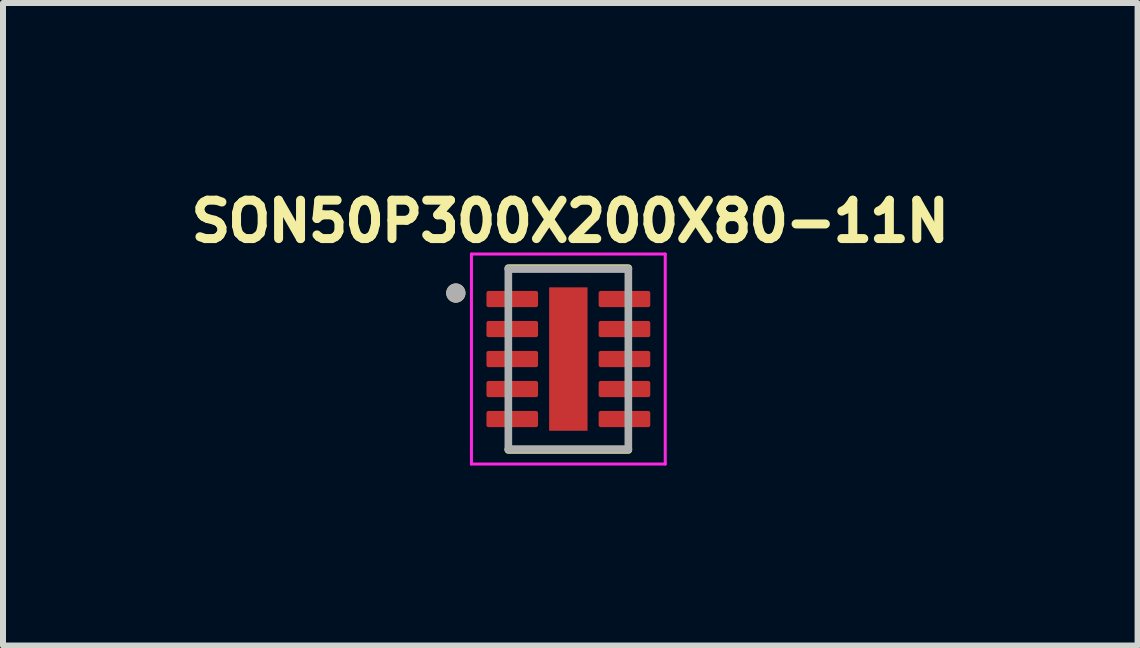
<source format=kicad_pcb>
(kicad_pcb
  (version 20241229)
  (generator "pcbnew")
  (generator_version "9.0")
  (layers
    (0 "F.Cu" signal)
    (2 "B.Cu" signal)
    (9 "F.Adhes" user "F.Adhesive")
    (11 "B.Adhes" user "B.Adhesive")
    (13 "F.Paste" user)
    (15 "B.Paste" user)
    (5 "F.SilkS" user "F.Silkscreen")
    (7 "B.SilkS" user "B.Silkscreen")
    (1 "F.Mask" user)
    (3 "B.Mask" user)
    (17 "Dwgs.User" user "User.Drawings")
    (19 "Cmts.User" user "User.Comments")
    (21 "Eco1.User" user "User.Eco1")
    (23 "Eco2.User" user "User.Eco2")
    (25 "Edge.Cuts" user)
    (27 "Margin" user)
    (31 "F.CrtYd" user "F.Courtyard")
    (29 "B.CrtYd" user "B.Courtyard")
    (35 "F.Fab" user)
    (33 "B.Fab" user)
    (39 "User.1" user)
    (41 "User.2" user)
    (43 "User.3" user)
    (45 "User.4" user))
  (footprint "SON50P300X200X80-11N"
    (layer "F.Cu")
    (at 6.422 2.934)
    (property "Reference" "SON50P300X200X80-11N" (at 0.032 -2.296 0) (layer "F.SilkS") (effects (font (size 0.64 0.64) (thickness 0.15))))
    (attr smd)
    (fp_line (start -1 -1.515) (end 1 -1.515) (stroke (width 0.127) (type solid)) (layer "F.SilkS"))
    (fp_line (start -1 1.515) (end 1 1.515) (stroke (width 0.127) (type solid)) (layer "F.SilkS"))
    (fp_circle (center -1.875 -1.1) (end -1.795 -1.1) (stroke (width 0.16) (type solid)) (fill no) (layer "F.SilkS"))
    (fp_poly (pts (xy -0.2 -0.76) (xy 0.2 -0.76) (xy 0.2 0.76) (xy -0.2 0.76)) (stroke (width 0.01) (type solid)) (fill yes) (layer "F.Paste"))
    (fp_line (start -1.615 -1.75) (end -1.615 1.75) (stroke (width 0.05) (type solid)) (layer "F.CrtYd"))
    (fp_line (start -1.615 -1.75) (end 1.615 -1.75) (stroke (width 0.05) (type solid)) (layer "F.CrtYd"))
    (fp_line (start -1.615 1.75) (end 1.615 1.75) (stroke (width 0.05) (type solid)) (layer "F.CrtYd"))
    (fp_line (start 1.615 -1.75) (end 1.615 1.75) (stroke (width 0.05) (type solid)) (layer "F.CrtYd"))
    (fp_line (start -1 -1.5) (end -1 1.5) (stroke (width 0.127) (type solid)) (layer "F.Fab"))
    (fp_line (start -1 -1.5) (end 1 -1.5) (stroke (width 0.127) (type solid)) (layer "F.Fab"))
    (fp_line (start -1 1.5) (end 1 1.5) (stroke (width 0.127) (type solid)) (layer "F.Fab"))
    (fp_line (start 1 -1.5) (end 1 1.5) (stroke (width 0.127) (type solid)) (layer "F.Fab"))
    (fp_circle (center -1.875 -1.1) (end -1.795 -1.1) (stroke (width 0.16) (type solid)) (fill no) (layer "F.Fab"))
    (pad "1" smd roundrect (at -0.935 -1) (size 0.86 0.27) (layers "F.Cu" "F.Mask" "F.Paste") (roundrect_rratio 0.125))
    (pad "2" smd roundrect (at -0.935 -0.5) (size 0.86 0.27) (layers "F.Cu" "F.Mask" "F.Paste") (roundrect_rratio 0.125))
    (pad "3" smd roundrect (at -0.935 0) (size 0.86 0.27) (layers "F.Cu" "F.Mask" "F.Paste") (roundrect_rratio 0.125))
    (pad "4" smd roundrect (at -0.935 0.5) (size 0.86 0.27) (layers "F.Cu" "F.Mask" "F.Paste") (roundrect_rratio 0.125))
    (pad "5" smd roundrect (at -0.935 1) (size 0.86 0.27) (layers "F.Cu" "F.Mask" "F.Paste") (roundrect_rratio 0.125))
    (pad "6" smd roundrect (at 0.935 1) (size 0.86 0.27) (layers "F.Cu" "F.Mask" "F.Paste") (roundrect_rratio 0.125))
    (pad "7" smd roundrect (at 0.935 0.5) (size 0.86 0.27) (layers "F.Cu" "F.Mask" "F.Paste") (roundrect_rratio 0.125))
    (pad "8" smd roundrect (at 0.935 0) (size 0.86 0.27) (layers "F.Cu" "F.Mask" "F.Paste") (roundrect_rratio 0.125))
    (pad "9" smd roundrect (at 0.935 -0.5) (size 0.86 0.27) (layers "F.Cu" "F.Mask" "F.Paste") (roundrect_rratio 0.125))
    (pad "10" smd roundrect (at 0.935 -1) (size 0.86 0.27) (layers "F.Cu" "F.Mask" "F.Paste") (roundrect_rratio 0.125))
    (pad "11" smd rect (at 0 0) (size 0.64 2.39) (layers "F.Cu" "F.Mask")))
  (gr_rect
    (start -3 -3)
    (end 15.909 7.709)
    (stroke (width 0.1) (type default))
    (fill no)
    (layer "Edge.Cuts")))
</source>
